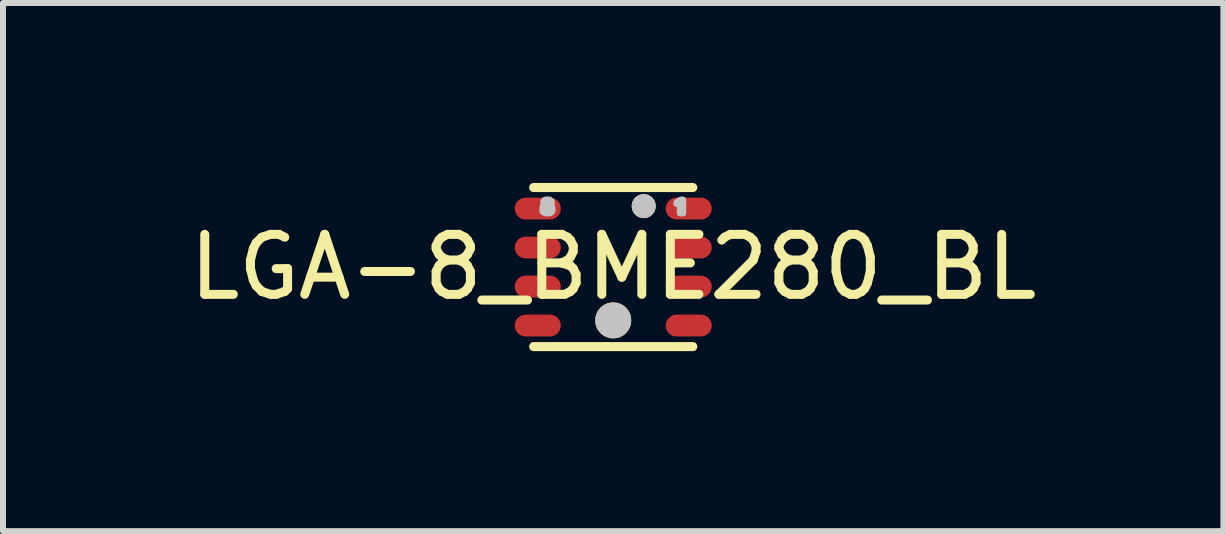
<source format=kicad_pcb>
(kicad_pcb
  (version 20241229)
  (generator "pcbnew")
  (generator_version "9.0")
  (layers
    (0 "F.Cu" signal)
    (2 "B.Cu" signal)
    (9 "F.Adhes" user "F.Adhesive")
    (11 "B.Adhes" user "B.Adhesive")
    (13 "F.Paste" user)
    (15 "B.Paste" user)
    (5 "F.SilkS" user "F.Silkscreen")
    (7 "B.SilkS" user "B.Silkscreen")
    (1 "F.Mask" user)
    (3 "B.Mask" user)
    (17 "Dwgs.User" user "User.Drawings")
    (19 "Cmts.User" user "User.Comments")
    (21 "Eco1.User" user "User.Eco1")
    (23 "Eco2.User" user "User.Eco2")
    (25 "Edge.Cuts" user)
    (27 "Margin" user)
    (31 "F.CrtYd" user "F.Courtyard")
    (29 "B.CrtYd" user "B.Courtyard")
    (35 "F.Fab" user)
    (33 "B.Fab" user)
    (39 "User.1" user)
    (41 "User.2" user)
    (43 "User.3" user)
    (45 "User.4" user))
  (footprint "LGA-8_BME280_BL"
    (layer "F.Cu")
    (at 7.173 1.402)
    (property "Reference" "LGA-8_BME280_BL" (at 0 0 0) (layer "F.SilkS") (effects (font (size 1 1) (thickness 0.15))))
    (fp_line (start 1.326 -1.326) (end -1.326 -1.326) (stroke (width 0.152) (type default)) (layer "F.SilkS"))
    (fp_line (start 1.326 1.326) (end -1.326 1.326) (stroke (width 0.152) (type default)) (layer "F.SilkS"))
    (fp_circle (center 0 0.889) (end 0.15 0.889) (stroke (width 0.3) (type default)) (fill no) (layer "F.SilkS"))
    (fp_circle (center 0.508 -1.016) (end 0.608 -1.016) (stroke (width 0.2) (type default)) (fill no) (layer "F.SilkS"))
    (fp_circle (center 0 0.889) (end 0.15 0.889) (stroke (width 0.3) (type default)) (fill no) (layer "Dwgs.User"))
    (fp_circle (center 0.508 -1.016) (end 0.608 -1.016) (stroke (width 0.2) (type default)) (fill no) (layer "Dwgs.User"))
    (fp_poly (pts (xy -1.18 -0.926) (xy -1.166 -0.926) (xy -1.166 -0.996) (xy -1.18 -0.996)) (stroke (width 0.1) (type default)) (fill no) (layer "Dwgs.User"))
    (fp_poly (pts (xy -1.166 -1.038) (xy -1.152 -1.038) (xy -1.152 -1.094) (xy -1.166 -1.094)) (stroke (width 0.1) (type default)) (fill no) (layer "Dwgs.User"))
    (fp_poly (pts (xy -1.166 -0.912) (xy -1.152 -0.912) (xy -1.152 -1.01) (xy -1.166 -1.01)) (stroke (width 0.1) (type default)) (fill no) (layer "Dwgs.User"))
    (fp_poly (pts (xy -1.152 -0.912) (xy -1.138 -0.912) (xy -1.138 -1.108) (xy -1.152 -1.108)) (stroke (width 0.1) (type default)) (fill no) (layer "Dwgs.User"))
    (fp_poly (pts (xy -1.138 -0.968) (xy -1.124 -0.968) (xy -1.124 -1.122) (xy -1.138 -1.122)) (stroke (width 0.1) (type default)) (fill no) (layer "Dwgs.User"))
    (fp_poly (pts (xy -1.138 -0.898) (xy -1.124 -0.898) (xy -1.124 -0.954) (xy -1.138 -0.954)) (stroke (width 0.1) (type default)) (fill no) (layer "Dwgs.User"))
    (fp_poly (pts (xy -1.124 -1.08) (xy -1.11 -1.08) (xy -1.11 -1.122) (xy -1.124 -1.122)) (stroke (width 0.1) (type default)) (fill no) (layer "Dwgs.User"))
    (fp_poly (pts (xy -1.124 -0.982) (xy -1.11 -0.982) (xy -1.11 -1.038) (xy -1.124 -1.038)) (stroke (width 0.1) (type default)) (fill no) (layer "Dwgs.User"))
    (fp_poly (pts (xy -1.124 -0.898) (xy -1.11 -0.898) (xy -1.11 -0.94) (xy -1.124 -0.94)) (stroke (width 0.1) (type default)) (fill no) (layer "Dwgs.User"))
    (fp_poly (pts (xy -1.11 -1.094) (xy -1.096 -1.094) (xy -1.096 -1.122) (xy -1.11 -1.122)) (stroke (width 0.1) (type default)) (fill no) (layer "Dwgs.User"))
    (fp_poly (pts (xy -1.11 -0.996) (xy -1.096 -0.996) (xy -1.096 -1.024) (xy -1.11 -1.024)) (stroke (width 0.1) (type default)) (fill no) (layer "Dwgs.User"))
    (fp_poly (pts (xy -1.11 -0.898) (xy -1.096 -0.898) (xy -1.096 -0.926) (xy -1.11 -0.926)) (stroke (width 0.1) (type default)) (fill no) (layer "Dwgs.User"))
    (fp_poly (pts (xy -1.096 -1.094) (xy -1.082 -1.094) (xy -1.082 -1.122) (xy -1.096 -1.122)) (stroke (width 0.1) (type default)) (fill no) (layer "Dwgs.User"))
    (fp_poly (pts (xy -1.096 -0.996) (xy -1.082 -0.996) (xy -1.082 -1.024) (xy -1.096 -1.024)) (stroke (width 0.1) (type default)) (fill no) (layer "Dwgs.User"))
    (fp_poly (pts (xy -1.096 -0.898) (xy -1.082 -0.898) (xy -1.082 -0.926) (xy -1.096 -0.926)) (stroke (width 0.1) (type default)) (fill no) (layer "Dwgs.User"))
    (fp_poly (pts (xy -1.082 -1.066) (xy -1.068 -1.066) (xy -1.068 -1.122) (xy -1.082 -1.122)) (stroke (width 0.1) (type default)) (fill no) (layer "Dwgs.User"))
    (fp_poly (pts (xy -1.082 -0.982) (xy -1.068 -0.982) (xy -1.068 -1.052) (xy -1.082 -1.052)) (stroke (width 0.1) (type default)) (fill no) (layer "Dwgs.User"))
    (fp_poly (pts (xy -1.082 -0.898) (xy -1.068 -0.898) (xy -1.068 -0.94) (xy -1.082 -0.94)) (stroke (width 0.1) (type default)) (fill no) (layer "Dwgs.User"))
    (fp_poly (pts (xy -1.068 -0.898) (xy -1.054 -0.898) (xy -1.054 -1.122) (xy -1.068 -1.122)) (stroke (width 0.1) (type default)) (fill no) (layer "Dwgs.User"))
    (fp_poly (pts (xy -1.054 -1.024) (xy -1.04 -1.024) (xy -1.04 -1.108) (xy -1.054 -1.108)) (stroke (width 0.1) (type default)) (fill no) (layer "Dwgs.User"))
    (fp_poly (pts (xy -1.054 -0.912) (xy -1.04 -0.912) (xy -1.04 -1.01) (xy -1.054 -1.01)) (stroke (width 0.1) (type default)) (fill no) (layer "Dwgs.User"))
    (fp_poly (pts (xy -1.04 -1.038) (xy -1.026 -1.038) (xy -1.026 -1.094) (xy -1.04 -1.094)) (stroke (width 0.1) (type default)) (fill no) (layer "Dwgs.User"))
    (fp_poly (pts (xy -1.04 -0.912) (xy -1.026 -0.912) (xy -1.026 -1.01) (xy -1.04 -1.01)) (stroke (width 0.1) (type default)) (fill no) (layer "Dwgs.User"))
    (fp_poly (pts (xy -1.026 -0.94) (xy -1.012 -0.94) (xy -1.012 -0.982) (xy -1.026 -0.982)) (stroke (width 0.1) (type default)) (fill no) (layer "Dwgs.User"))
    (fp_poly (pts (xy 1.054 -1.08) (xy 1.068 -1.08) (xy 1.068 -1.052) (xy 1.054 -1.052)) (stroke (width 0.1) (type default)) (fill no) (layer "Dwgs.User"))
    (fp_poly (pts (xy 1.068 -1.08) (xy 1.082 -1.08) (xy 1.082 -1.052) (xy 1.068 -1.052)) (stroke (width 0.1) (type default)) (fill no) (layer "Dwgs.User"))
    (fp_poly (pts (xy 1.082 -1.094) (xy 1.096 -1.094) (xy 1.096 -1.052) (xy 1.082 -1.052)) (stroke (width 0.1) (type default)) (fill no) (layer "Dwgs.User"))
    (fp_poly (pts (xy 1.096 -1.108) (xy 1.11 -1.108) (xy 1.11 -1.066) (xy 1.096 -1.066)) (stroke (width 0.1) (type default)) (fill no) (layer "Dwgs.User"))
    (fp_poly (pts (xy 1.11 -1.108) (xy 1.124 -1.108) (xy 1.124 -0.898) (xy 1.11 -0.898)) (stroke (width 0.1) (type default)) (fill no) (layer "Dwgs.User"))
    (fp_poly (pts (xy 1.124 -1.122) (xy 1.138 -1.122) (xy 1.138 -0.898) (xy 1.124 -0.898)) (stroke (width 0.1) (type default)) (fill no) (layer "Dwgs.User"))
    (fp_poly (pts (xy 1.138 -1.122) (xy 1.152 -1.122) (xy 1.152 -0.898) (xy 1.138 -0.898)) (stroke (width 0.1) (type default)) (fill no) (layer "Dwgs.User"))
    (fp_poly (pts (xy 1.152 -1.122) (xy 1.166 -1.122) (xy 1.166 -0.898) (xy 1.152 -0.898)) (stroke (width 0.1) (type default)) (fill no) (layer "Dwgs.User"))
    (fp_poly (pts (xy -1.25 -0.8) (xy -0.9 -0.8) (xy -0.9 -1.15) (xy -1.25 -1.15)) (stroke (width 0.1) (type default)) (fill no) (layer "User.1"))
    (fp_poly (pts (xy -1.25 -0.15) (xy -0.9 -0.15) (xy -0.9 -0.5) (xy -1.25 -0.5)) (stroke (width 0.1) (type default)) (fill no) (layer "User.1"))
    (fp_poly (pts (xy -1.25 0.5) (xy -0.9 0.5) (xy -0.9 0.15) (xy -1.25 0.15)) (stroke (width 0.1) (type default)) (fill no) (layer "User.1"))
    (fp_poly (pts (xy -1.25 1.15) (xy -0.9 1.15) (xy -0.9 0.8) (xy -1.25 0.8)) (stroke (width 0.1) (type default)) (fill no) (layer "User.1"))
    (fp_poly (pts (xy 1.25 -0.8) (xy 0.9 -0.8) (xy 0.9 -1.15) (xy 1.25 -1.15)) (stroke (width 0.1) (type default)) (fill no) (layer "User.1"))
    (fp_poly (pts (xy 1.25 -0.15) (xy 0.9 -0.15) (xy 0.9 -0.5) (xy 1.25 -0.5)) (stroke (width 0.1) (type default)) (fill no) (layer "User.1"))
    (fp_poly (pts (xy 1.25 0.5) (xy 0.9 0.5) (xy 0.9 0.15) (xy 1.25 0.15)) (stroke (width 0.1) (type default)) (fill no) (layer "User.1"))
    (fp_poly (pts (xy 1.25 1.15) (xy 0.9 1.15) (xy 0.9 0.8) (xy 1.25 0.8)) (stroke (width 0.1) (type default)) (fill no) (layer "User.1"))
    (fp_line (start -1.25 -1.25) (end 1.25 -1.25) (stroke (width 0.051) (type default)) (layer "User.2"))
    (fp_line (start -1.25 1.25) (end -1.25 -1.25) (stroke (width 0.051) (type default)) (layer "User.2"))
    (fp_line (start 1.25 -1.25) (end 1.25 1.25) (stroke (width 0.051) (type default)) (layer "User.2"))
    (fp_line (start 1.25 1.25) (end -1.25 1.25) (stroke (width 0.051) (type default)) (layer "User.2"))
    (fp_poly (pts (xy -1.195 1.227) (xy -1.227 1.195) (xy -1.273 1.195) (xy -1.305 1.227) (xy -1.305 1.273) (xy -1.273 1.305) (xy -1.227 1.305) (xy -1.195 1.273)) (stroke (width 0.1) (type default)) (fill no) (layer "User.3"))
    (pad "1" smd oval (at 1.258 -0.975 90) (size 0.364 0.767) (layers "F.Cu" "F.Mask" "F.Paste"))
    (pad "2" smd oval (at 1.258 -0.325 90) (size 0.364 0.767) (layers "F.Cu" "F.Mask" "F.Paste"))
    (pad "3" smd oval (at 1.258 0.325 90) (size 0.364 0.767) (layers "F.Cu" "F.Mask" "F.Paste"))
    (pad "4" smd oval (at 1.258 0.975 90) (size 0.364 0.767) (layers "F.Cu" "F.Mask" "F.Paste"))
    (pad "5" smd oval (at -1.258 0.975 90) (size 0.364 0.767) (layers "F.Cu" "F.Mask" "F.Paste"))
    (pad "6" smd oval (at -1.258 0.325 90) (size 0.364 0.767) (layers "F.Cu" "F.Mask" "F.Paste"))
    (pad "7" smd oval (at -1.258 -0.325 90) (size 0.364 0.767) (layers "F.Cu" "F.Mask" "F.Paste"))
    (pad "8" smd oval (at -1.258 -0.975 90) (size 0.364 0.767) (layers "F.Cu" "F.Mask" "F.Paste")))
  (gr_rect
    (start -3 -3)
    (end 17.345 5.804)
    (stroke (width 0.1) (type default))
    (fill no)
    (layer "Edge.Cuts")))
</source>
